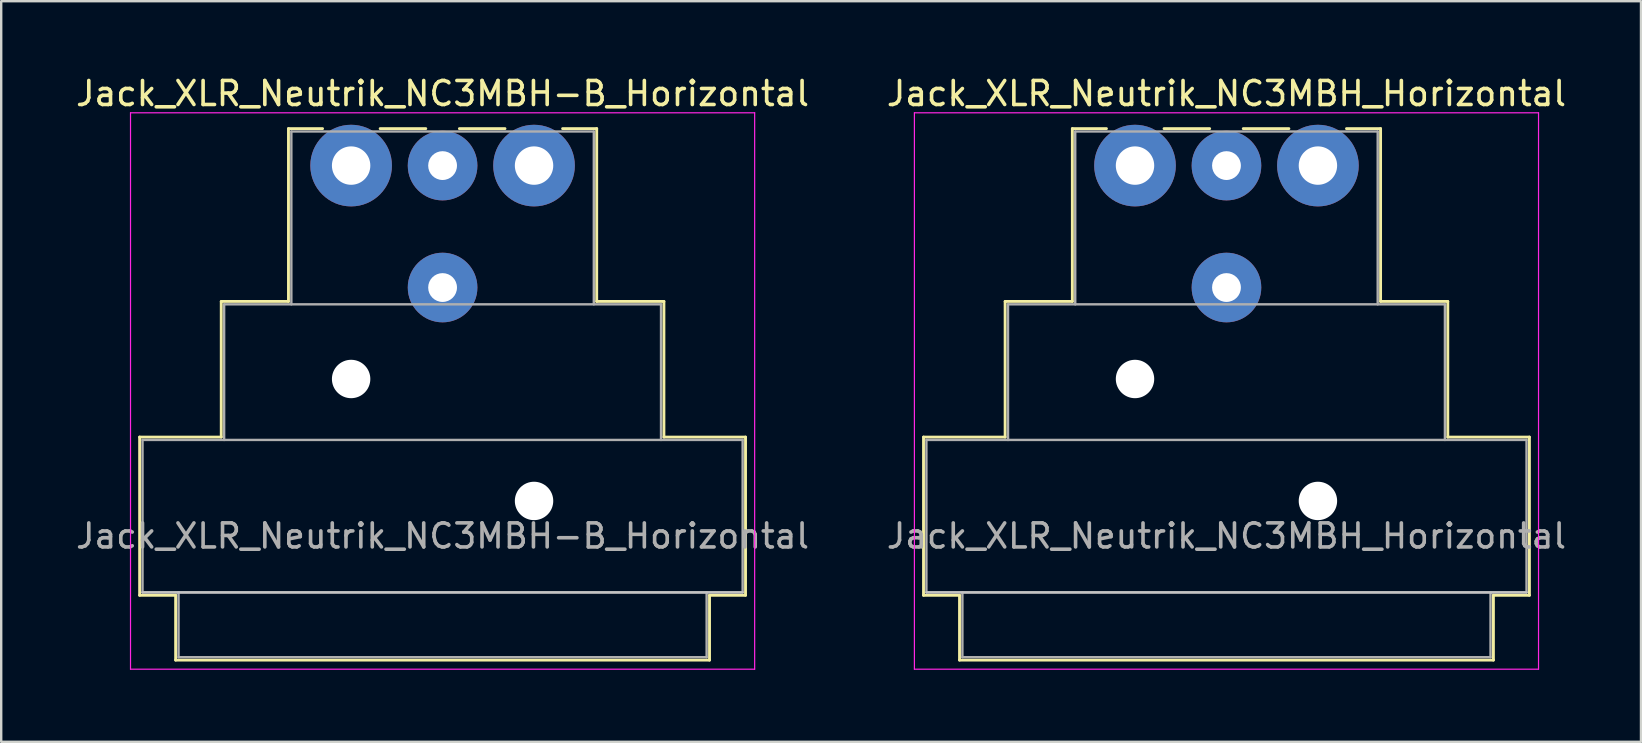
<source format=kicad_pcb>
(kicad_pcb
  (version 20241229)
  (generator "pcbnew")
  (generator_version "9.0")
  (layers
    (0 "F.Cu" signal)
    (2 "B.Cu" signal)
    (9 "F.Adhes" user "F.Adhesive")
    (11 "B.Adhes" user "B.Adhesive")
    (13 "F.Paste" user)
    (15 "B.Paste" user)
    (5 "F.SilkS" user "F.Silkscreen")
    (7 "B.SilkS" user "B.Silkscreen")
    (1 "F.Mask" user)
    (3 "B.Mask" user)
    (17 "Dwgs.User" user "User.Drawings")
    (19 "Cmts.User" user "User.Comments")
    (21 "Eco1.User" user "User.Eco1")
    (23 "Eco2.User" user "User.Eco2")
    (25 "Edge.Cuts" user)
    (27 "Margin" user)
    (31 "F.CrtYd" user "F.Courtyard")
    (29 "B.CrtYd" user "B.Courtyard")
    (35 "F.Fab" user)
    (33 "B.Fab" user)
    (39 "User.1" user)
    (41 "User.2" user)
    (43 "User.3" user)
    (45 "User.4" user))
  (footprint "Jack_XLR_Neutrik_NC3MBH_Horizontal"
    (layer "F.Cu")
    (at 44.232 3.848)
    (property "Reference" "Jack_XLR_Neutrik_NC3MBH_Horizontal" (at 3.81 -3 0) (layer "F.SilkS") (effects (font (size 1 1) (thickness 0.15))))
    (attr through_hole)
    (fp_line (start -8.81 11.31) (end -5.41 11.31) (stroke (width 0.12) (type solid)) (layer "F.SilkS"))
    (fp_line (start -8.81 17.9) (end -8.81 11.31) (stroke (width 0.12) (type solid)) (layer "F.SilkS"))
    (fp_line (start -7.31 17.9) (end -8.81 17.9) (stroke (width 0.12) (type solid)) (layer "F.SilkS"))
    (fp_line (start -7.31 17.9) (end -7.31 20.6) (stroke (width 0.12) (type solid)) (layer "F.SilkS"))
    (fp_line (start -5.41 11.31) (end -5.41 5.66) (stroke (width 0.12) (type solid)) (layer "F.SilkS"))
    (fp_line (start -2.61 5.66) (end -5.41 5.66) (stroke (width 0.12) (type solid)) (layer "F.SilkS"))
    (fp_line (start -2.61 5.66) (end -2.61 -1.54) (stroke (width 0.12) (type solid)) (layer "F.SilkS"))
    (fp_line (start -1.19 -1.54) (end -2.61 -1.54) (stroke (width 0.12) (type solid)) (layer "F.SilkS"))
    (fp_line (start 3.11 -1.54) (end 1.21 -1.54) (stroke (width 0.12) (type solid)) (layer "F.SilkS"))
    (fp_line (start 4.51 -1.54) (end 6.41 -1.54) (stroke (width 0.12) (type solid)) (layer "F.SilkS"))
    (fp_line (start 10.23 -1.54) (end 8.81 -1.54) (stroke (width 0.12) (type solid)) (layer "F.SilkS"))
    (fp_line (start 10.23 5.66) (end 10.23 -1.54) (stroke (width 0.12) (type solid)) (layer "F.SilkS"))
    (fp_line (start 10.23 5.66) (end 13.03 5.66) (stroke (width 0.12) (type solid)) (layer "F.SilkS"))
    (fp_line (start 13.03 11.31) (end 13.03 5.66) (stroke (width 0.12) (type solid)) (layer "F.SilkS"))
    (fp_line (start 13.03 11.31) (end 16.43 11.31) (stroke (width 0.12) (type solid)) (layer "F.SilkS"))
    (fp_line (start 14.93 17.9) (end 14.93 20.6) (stroke (width 0.12) (type solid)) (layer "F.SilkS"))
    (fp_line (start 14.93 20.6) (end -7.31 20.6) (stroke (width 0.12) (type solid)) (layer "F.SilkS"))
    (fp_line (start 16.43 17.9) (end 14.93 17.9) (stroke (width 0.12) (type solid)) (layer "F.SilkS"))
    (fp_line (start 16.43 17.9) (end 16.43 11.31) (stroke (width 0.12) (type solid)) (layer "F.SilkS"))
    (fp_line (start 16.31 17.78) (end -8.69 17.78) (stroke (width 0.1) (type solid)) (layer "Dwgs.User"))
    (fp_line (start -9.19 20.98) (end -9.19 -2.2) (stroke (width 0.05) (type solid)) (layer "F.CrtYd"))
    (fp_line (start 16.81 -2.2) (end -9.19 -2.2) (stroke (width 0.05) (type solid)) (layer "F.CrtYd"))
    (fp_line (start 16.81 20.98) (end -9.19 20.98) (stroke (width 0.05) (type solid)) (layer "F.CrtYd"))
    (fp_line (start 16.81 20.98) (end 16.81 -2.2) (stroke (width 0.05) (type solid)) (layer "F.CrtYd"))
    (fp_line (start -8.69 11.43) (end 16.31 11.43) (stroke (width 0.1) (type solid)) (layer "F.Fab"))
    (fp_line (start -8.69 17.78) (end -8.69 11.43) (stroke (width 0.1) (type solid)) (layer "F.Fab"))
    (fp_line (start -7.19 20.48) (end -7.19 17.78) (stroke (width 0.1) (type solid)) (layer "F.Fab"))
    (fp_line (start -5.29 5.78) (end -5.29 11.43) (stroke (width 0.1) (type solid)) (layer "F.Fab"))
    (fp_line (start -5.29 5.78) (end 12.91 5.78) (stroke (width 0.1) (type solid)) (layer "F.Fab"))
    (fp_line (start -2.49 5.78) (end -2.49 -1.42) (stroke (width 0.1) (type solid)) (layer "F.Fab"))
    (fp_line (start 10.11 -1.42) (end -2.49 -1.42) (stroke (width 0.1) (type solid)) (layer "F.Fab"))
    (fp_line (start 10.11 5.78) (end 10.11 -1.42) (stroke (width 0.1) (type solid)) (layer "F.Fab"))
    (fp_line (start 12.91 11.43) (end 12.91 5.78) (stroke (width 0.1) (type solid)) (layer "F.Fab"))
    (fp_line (start 14.81 17.78) (end 14.81 20.48) (stroke (width 0.1) (type solid)) (layer "F.Fab"))
    (fp_line (start 14.81 20.48) (end -7.19 20.48) (stroke (width 0.1) (type solid)) (layer "F.Fab"))
    (fp_line (start 16.31 11.43) (end 16.31 17.78) (stroke (width 0.1) (type solid)) (layer "F.Fab"))
    (fp_line (start 16.31 17.78) (end -8.69 17.78) (stroke (width 0.1) (type solid)) (layer "F.Fab"))
    (fp_text user "${REFERENCE}" (at 3.81 15.43 0) (layer "F.Fab") (effects (font (size 1 1) (thickness 0.15))))
    (pad "" np_thru_hole circle (at 0 8.89) (size 1.6 1.6) (drill 1.6) (layers "*.Cu" "*.Mask"))
    (pad "" np_thru_hole circle (at 7.62 13.97) (size 1.6 1.6) (drill 1.6) (layers "*.Cu" "*.Mask"))
    (pad "1" thru_hole circle (at 0 0) (size 3.4 3.4) (drill 1.6) (layers "*.Cu" "*.Mask"))
    (pad "2" thru_hole circle (at 7.62 0) (size 3.4 3.4) (drill 1.6) (layers "*.Cu" "*.Mask"))
    (pad "3" thru_hole circle (at 3.81 0) (size 2.9 2.9) (drill 1.2) (layers "*.Cu" "*.Mask"))
    (pad "G" thru_hole circle (at 3.81 5.08) (size 2.9 2.9) (drill 1.2) (layers "*.Cu" "*.Mask")))
  (footprint "Jack_XLR_Neutrik_NC3MBH-B_Horizontal"
    (layer "F.Cu")
    (at 11.577 3.848)
    (property "Reference" "Jack_XLR_Neutrik_NC3MBH-B_Horizontal" (at 3.81 -3 0) (layer "F.SilkS") (effects (font (size 1 1) (thickness 0.15))))
    (attr through_hole)
    (fp_line (start -8.81 11.31) (end -5.41 11.31) (stroke (width 0.12) (type solid)) (layer "F.SilkS"))
    (fp_line (start -8.81 17.9) (end -8.81 11.31) (stroke (width 0.12) (type solid)) (layer "F.SilkS"))
    (fp_line (start -7.31 17.9) (end -8.81 17.9) (stroke (width 0.12) (type solid)) (layer "F.SilkS"))
    (fp_line (start -7.31 17.9) (end -7.31 20.6) (stroke (width 0.12) (type solid)) (layer "F.SilkS"))
    (fp_line (start -5.41 11.31) (end -5.41 5.66) (stroke (width 0.12) (type solid)) (layer "F.SilkS"))
    (fp_line (start -2.61 5.66) (end -5.41 5.66) (stroke (width 0.12) (type solid)) (layer "F.SilkS"))
    (fp_line (start -2.61 5.66) (end -2.61 -1.54) (stroke (width 0.12) (type solid)) (layer "F.SilkS"))
    (fp_line (start -1.19 -1.54) (end -2.61 -1.54) (stroke (width 0.12) (type solid)) (layer "F.SilkS"))
    (fp_line (start 3.11 -1.54) (end 1.21 -1.54) (stroke (width 0.12) (type solid)) (layer "F.SilkS"))
    (fp_line (start 4.51 -1.54) (end 6.41 -1.54) (stroke (width 0.12) (type solid)) (layer "F.SilkS"))
    (fp_line (start 10.23 -1.54) (end 8.81 -1.54) (stroke (width 0.12) (type solid)) (layer "F.SilkS"))
    (fp_line (start 10.23 5.66) (end 10.23 -1.54) (stroke (width 0.12) (type solid)) (layer "F.SilkS"))
    (fp_line (start 10.23 5.66) (end 13.03 5.66) (stroke (width 0.12) (type solid)) (layer "F.SilkS"))
    (fp_line (start 13.03 11.31) (end 13.03 5.66) (stroke (width 0.12) (type solid)) (layer "F.SilkS"))
    (fp_line (start 13.03 11.31) (end 16.43 11.31) (stroke (width 0.12) (type solid)) (layer "F.SilkS"))
    (fp_line (start 14.93 17.9) (end 14.93 20.6) (stroke (width 0.12) (type solid)) (layer "F.SilkS"))
    (fp_line (start 14.93 20.6) (end -7.31 20.6) (stroke (width 0.12) (type solid)) (layer "F.SilkS"))
    (fp_line (start 16.43 17.9) (end 14.93 17.9) (stroke (width 0.12) (type solid)) (layer "F.SilkS"))
    (fp_line (start 16.43 17.9) (end 16.43 11.31) (stroke (width 0.12) (type solid)) (layer "F.SilkS"))
    (fp_line (start 16.31 17.78) (end -8.69 17.78) (stroke (width 0.1) (type solid)) (layer "Dwgs.User"))
    (fp_line (start -9.19 20.98) (end -9.19 -2.2) (stroke (width 0.05) (type solid)) (layer "F.CrtYd"))
    (fp_line (start 16.81 -2.2) (end -9.19 -2.2) (stroke (width 0.05) (type solid)) (layer "F.CrtYd"))
    (fp_line (start 16.81 20.98) (end -9.19 20.98) (stroke (width 0.05) (type solid)) (layer "F.CrtYd"))
    (fp_line (start 16.81 20.98) (end 16.81 -2.2) (stroke (width 0.05) (type solid)) (layer "F.CrtYd"))
    (fp_line (start -8.69 11.43) (end 16.31 11.43) (stroke (width 0.1) (type solid)) (layer "F.Fab"))
    (fp_line (start -8.69 17.78) (end -8.69 11.43) (stroke (width 0.1) (type solid)) (layer "F.Fab"))
    (fp_line (start -7.19 20.48) (end -7.19 17.78) (stroke (width 0.1) (type solid)) (layer "F.Fab"))
    (fp_line (start -5.29 5.78) (end -5.29 11.43) (stroke (width 0.1) (type solid)) (layer "F.Fab"))
    (fp_line (start -5.29 5.78) (end 12.91 5.78) (stroke (width 0.1) (type solid)) (layer "F.Fab"))
    (fp_line (start -2.49 5.78) (end -2.49 -1.42) (stroke (width 0.1) (type solid)) (layer "F.Fab"))
    (fp_line (start 10.11 -1.42) (end -2.49 -1.42) (stroke (width 0.1) (type solid)) (layer "F.Fab"))
    (fp_line (start 10.11 5.78) (end 10.11 -1.42) (stroke (width 0.1) (type solid)) (layer "F.Fab"))
    (fp_line (start 12.91 11.43) (end 12.91 5.78) (stroke (width 0.1) (type solid)) (layer "F.Fab"))
    (fp_line (start 14.81 17.78) (end 14.81 20.48) (stroke (width 0.1) (type solid)) (layer "F.Fab"))
    (fp_line (start 14.81 20.48) (end -7.19 20.48) (stroke (width 0.1) (type solid)) (layer "F.Fab"))
    (fp_line (start 16.31 11.43) (end 16.31 17.78) (stroke (width 0.1) (type solid)) (layer "F.Fab"))
    (fp_line (start 16.31 17.78) (end -8.69 17.78) (stroke (width 0.1) (type solid)) (layer "F.Fab"))
    (fp_text user "${REFERENCE}" (at 3.81 15.43 0) (layer "F.Fab") (effects (font (size 1 1) (thickness 0.15))))
    (pad "" np_thru_hole circle (at 0 8.89) (size 1.6 1.6) (drill 1.6) (layers "*.Cu" "*.Mask"))
    (pad "" np_thru_hole circle (at 7.62 13.97) (size 1.6 1.6) (drill 1.6) (layers "*.Cu" "*.Mask"))
    (pad "1" thru_hole circle (at 0 0) (size 3.4 3.4) (drill 1.6) (layers "*.Cu" "*.Mask"))
    (pad "2" thru_hole circle (at 7.62 0) (size 3.4 3.4) (drill 1.6) (layers "*.Cu" "*.Mask"))
    (pad "3" thru_hole circle (at 3.81 0) (size 2.9 2.9) (drill 1.2) (layers "*.Cu" "*.Mask"))
    (pad "G" thru_hole circle (at 3.81 5.08) (size 2.9 2.9) (drill 1.2) (layers "*.Cu" "*.Mask")))
  (gr_rect
    (start -3 -3)
    (end 65.31 27.853)
    (stroke (width 0.1) (type default))
    (fill no)
    (layer "Edge.Cuts")))
</source>
